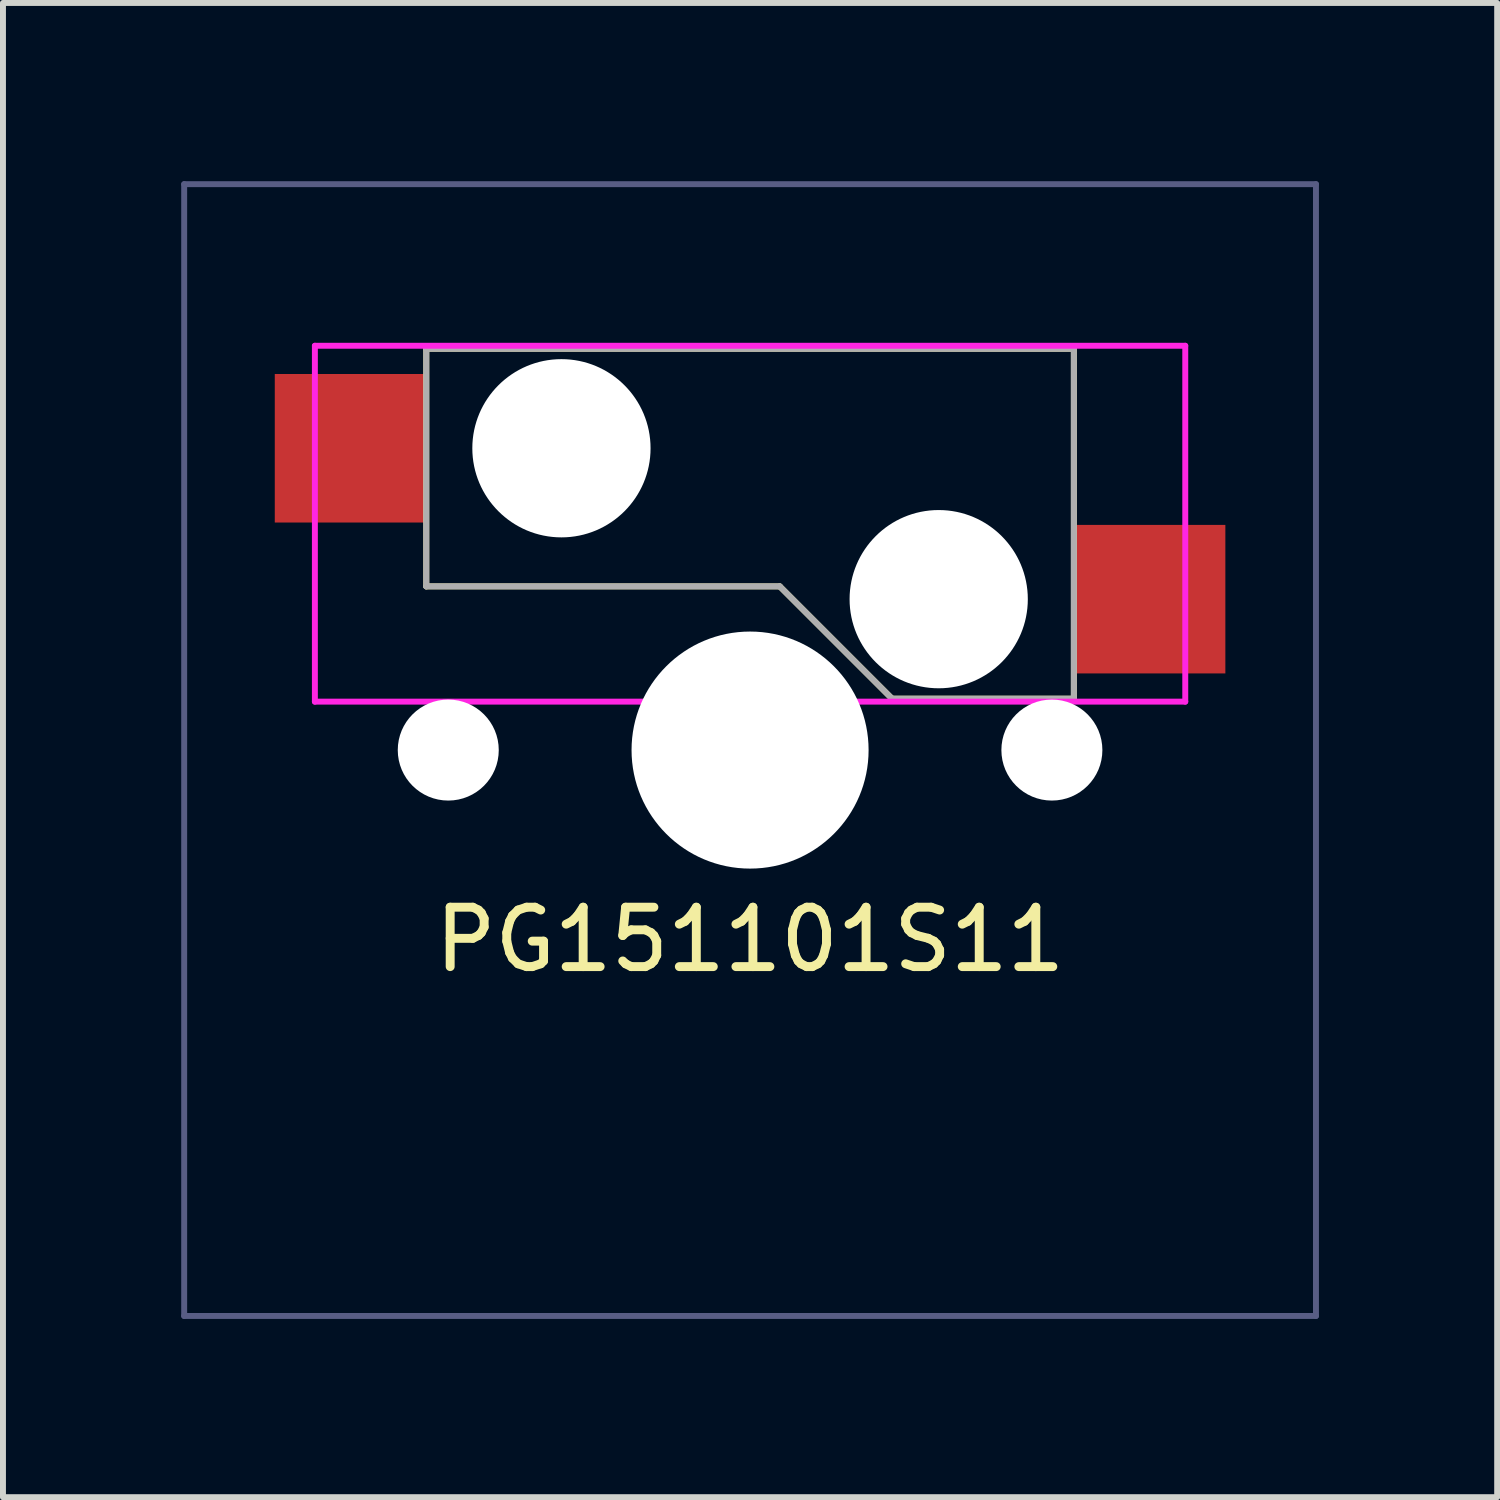
<source format=kicad_pcb>
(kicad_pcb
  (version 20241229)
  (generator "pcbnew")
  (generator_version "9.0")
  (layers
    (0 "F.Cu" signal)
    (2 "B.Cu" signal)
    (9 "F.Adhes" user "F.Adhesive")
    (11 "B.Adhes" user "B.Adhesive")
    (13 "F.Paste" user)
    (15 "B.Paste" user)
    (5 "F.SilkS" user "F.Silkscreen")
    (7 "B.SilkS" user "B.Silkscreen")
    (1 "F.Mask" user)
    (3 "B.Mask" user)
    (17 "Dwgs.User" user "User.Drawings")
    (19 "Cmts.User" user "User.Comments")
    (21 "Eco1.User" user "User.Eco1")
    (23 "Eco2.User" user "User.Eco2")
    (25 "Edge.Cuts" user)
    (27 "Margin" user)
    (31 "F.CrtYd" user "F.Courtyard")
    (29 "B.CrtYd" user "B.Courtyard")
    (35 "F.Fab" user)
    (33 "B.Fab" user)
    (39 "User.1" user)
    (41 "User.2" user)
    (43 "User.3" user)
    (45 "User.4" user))
  (footprint "PG151101S11"
    (layer "F.Cu")
    (at 9.575 5.765)
    (property "Reference" "PG151101S11" (at 0 7 0) (layer "F.SilkS") (effects (font (size 1 1) (thickness 0.15))))
    (attr smd)
    (fp_line (start -5.45 -2.945) (end 5.45 -2.945) (stroke (width 0.1) (type solid)) (layer "F.SilkS"))
    (fp_line (start -5.45 1.055) (end -5.45 -2.945) (stroke (width 0.1) (type solid)) (layer "F.SilkS"))
    (fp_line (start -5.45 1.055) (end 0.5 1.055) (stroke (width 0.1) (type solid)) (layer "F.SilkS"))
    (fp_line (start 2.39 2.945) (end 0.5 1.055) (stroke (width 0.1) (type solid)) (layer "F.SilkS"))
    (fp_line (start 5.45 2.945) (end 2.39 2.945) (stroke (width 0.1) (type solid)) (layer "F.SilkS"))
    (fp_line (start 5.45 2.945) (end 5.45 -2.945) (stroke (width 0.1) (type solid)) (layer "F.SilkS"))
    (fp_line (start -7.325 -2.995) (end 7.325 -2.995) (stroke (width 0.1) (type solid)) (layer "F.CrtYd"))
    (fp_line (start -7.325 2.995) (end -7.325 -2.995) (stroke (width 0.1) (type solid)) (layer "F.CrtYd"))
    (fp_line (start 7.325 -2.995) (end 7.325 2.995) (stroke (width 0.1) (type solid)) (layer "F.CrtYd"))
    (fp_line (start 7.325 2.995) (end -7.325 2.995) (stroke (width 0.1) (type solid)) (layer "F.CrtYd"))
    (fp_line (start -9.525 -5.715) (end 9.525 -5.715) (stroke (width 0.1) (type solid)) (layer "B.Fab"))
    (fp_line (start -9.525 13.335) (end -9.525 -5.715) (stroke (width 0.1) (type solid)) (layer "B.Fab"))
    (fp_line (start 9.525 -5.715) (end 9.525 13.335) (stroke (width 0.1) (type solid)) (layer "B.Fab"))
    (fp_line (start 9.525 13.335) (end -9.525 13.335) (stroke (width 0.1) (type solid)) (layer "B.Fab"))
    (fp_line (start -5.45 -2.945) (end 5.45 -2.945) (stroke (width 0.1) (type solid)) (layer "F.Fab"))
    (fp_line (start -5.45 1.055) (end -5.45 -2.945) (stroke (width 0.1) (type solid)) (layer "F.Fab"))
    (fp_line (start -5.45 1.055) (end 0.5 1.055) (stroke (width 0.1) (type solid)) (layer "F.Fab"))
    (fp_line (start 2.39 2.945) (end 0.5 1.055) (stroke (width 0.1) (type solid)) (layer "F.Fab"))
    (fp_line (start 5.45 2.945) (end 2.39 2.945) (stroke (width 0.1) (type solid)) (layer "F.Fab"))
    (fp_line (start 5.45 2.945) (end 5.45 -2.945) (stroke (width 0.1) (type solid)) (layer "F.Fab"))
    (pad "" np_thru_hole circle (at -5.08 3.81) (size 1.7 1.7) (drill 1.7) (layers "*.Cu" "*.Mask"))
    (pad "" np_thru_hole circle (at -3.175 -1.27) (size 3 3) (drill 3) (layers "*.Cu" "*.Mask"))
    (pad "" np_thru_hole circle (at 0 3.81) (size 3.99 3.99) (drill 3.99) (layers "*.Cu" "*.Mask"))
    (pad "" np_thru_hole circle (at 3.175 1.27) (size 3 3) (drill 3) (layers "*.Cu" "*.Mask"))
    (pad "" np_thru_hole circle (at 5.08 3.81) (size 1.7 1.7) (drill 1.7) (layers "*.Cu" "*.Mask"))
    (pad "1" smd rect (at -6.725 -1.27) (size 2.55 2.5) (layers "F.Cu" "F.Mask" "F.Paste"))
    (pad "2" smd rect (at 6.725 1.27) (size 2.55 2.5) (layers "F.Cu" "F.Mask" "F.Paste")))
  (gr_rect
    (start -3 -3)
    (end 22.15 22.15)
    (stroke (width 0.1) (type default))
    (fill no)
    (layer "Edge.Cuts")))
</source>
